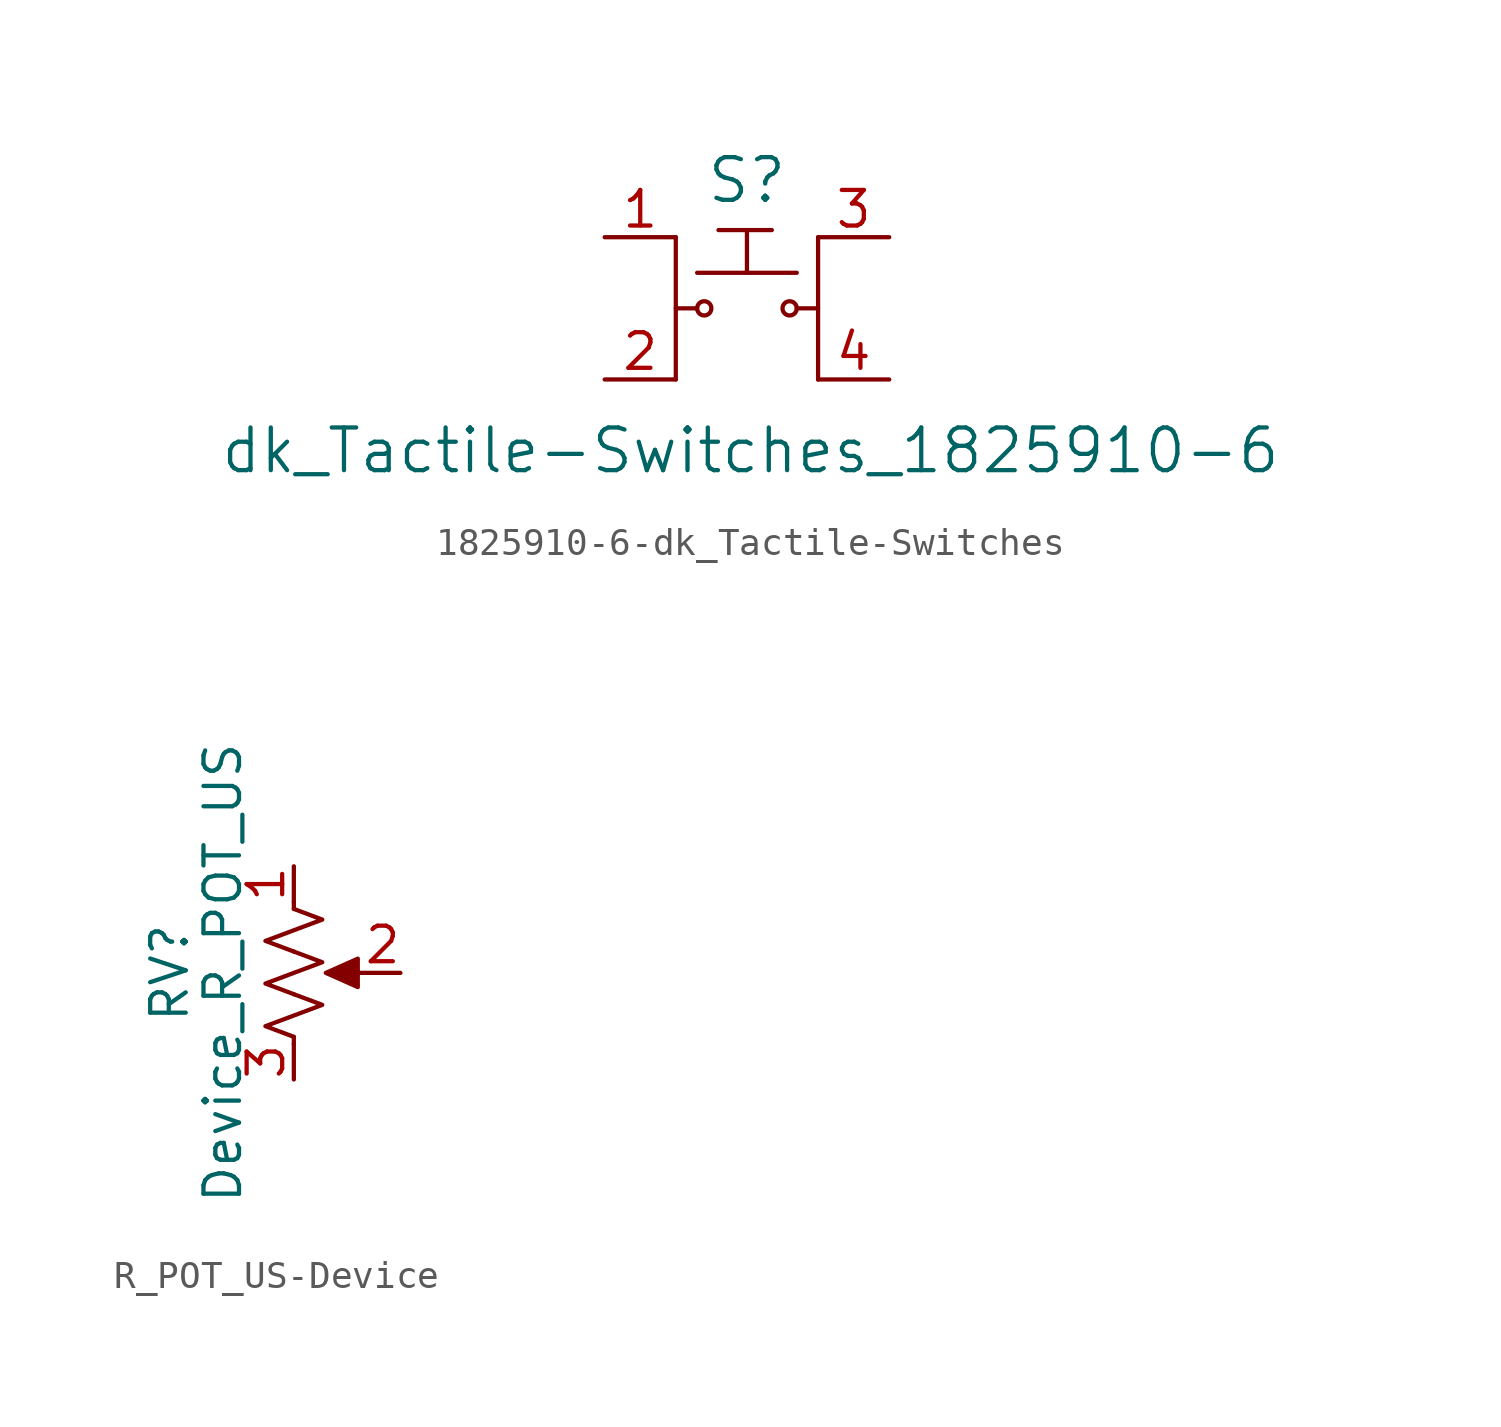
<source format=kicad_sym>
(kicad_symbol_lib
  (version 20241209)
  (generator "kicad_symbol_editor")
  (generator_version "9.0")
  (symbol "1825910-6-dk_Tactile-Switches"
    (pin_names
      (offset 1.016))
    (property "Reference" "S"
      (at 0 4.572 0)
      (effects (font (size 1.524 1.524))))
    (property "Value" "dk_Tactile-Switches_1825910-6"
      (at 0.127 -5.08 0)
      (effects (font (size 1.524 1.524))))
    (symbol "1825910-6-dk_Tactile-Switches_0_1"
      (polyline (pts (xy -2.54 2.54) (xy -2.54 -2.54)) (stroke (width 0) (type solid)) (fill (type none)))
      (polyline (pts (xy -1.778 1.27) (xy 1.778 1.27)) (stroke (width 0) (type solid)) (fill (type none)))
      (polyline (pts (xy -1.778 0) (xy -2.54 0)) (stroke (width 0) (type solid)) (fill (type none)))
      (circle (center -1.524 0) (radius 0.254) (stroke (width 0) (type solid)) (fill (type none)))
      (circle (center 1.524 0) (radius 0.254) (stroke (width 0) (type solid)) (fill (type none)))
      (polyline (pts (xy 2.54 0) (xy 1.778 0)) (stroke (width 0) (type solid)) (fill (type none)))
      (polyline (pts (xy 2.54 -2.54) (xy 2.54 2.54)) (stroke (width 0) (type solid)) (fill (type none))))
    (symbol "1825910-6-dk_Tactile-Switches_1_1"
      (polyline (pts (xy -1.016 2.794) (xy 0.889 2.794)) (stroke (width 0) (type solid)) (fill (type none)))
      (polyline (pts (xy 0 2.794) (xy 0 1.27)) (stroke (width 0) (type solid)) (fill (type none)))
      (pin passive line (at -5.08 2.54 0) (length 2.54) (name "~" (effects (font (size 1.27 1.27)))) (number "1" (effects (font (size 1.27 1.27)))))
      (pin passive line (at -5.08 -2.54 0) (length 2.54) (name "~" (effects (font (size 1.27 1.27)))) (number "2" (effects (font (size 1.27 1.27)))))
      (pin passive line (at 5.08 2.54 180) (length 2.54) (name "~" (effects (font (size 1.27 1.27)))) (number "3" (effects (font (size 1.27 1.27)))))
      (pin passive line (at 5.08 -2.54 180) (length 2.54) (name "~" (effects (font (size 1.27 1.27)))) (number "4" (effects (font (size 1.27 1.27)))))))
  (symbol "R_POT_US-Device"
    (pin_names
      (offset 1.016)
      (hide yes))
    (property "Reference" "RV"
      (at -4.445 0 90)
      (effects (font (size 1.27 1.27))))
    (property "Value" "Device_R_POT_US"
      (at -2.54 0 90)
      (effects (font (size 1.27 1.27))))
    (symbol "R_POT_US-Device_0_1"
      (polyline (pts (xy 0 2.54) (xy 0 2.286)) (stroke (width 0) (type solid)) (fill (type none)))
      (polyline (pts (xy 0 2.286) (xy 1.016 1.905) (xy 0 1.524) (xy -1.016 1.143) (xy 0 0.762)) (stroke (width 0) (type solid)) (fill (type none)))
      (polyline (pts (xy 0 0.762) (xy 1.016 0.381) (xy 0 0) (xy -1.016 -0.381) (xy 0 -0.762)) (stroke (width 0) (type solid)) (fill (type none)))
      (polyline (pts (xy 0 -0.762) (xy 1.016 -1.143) (xy 0 -1.524) (xy -1.016 -1.905) (xy 0 -2.286)) (stroke (width 0) (type solid)) (fill (type none)))
      (polyline (pts (xy 0 -2.286) (xy 0 -2.54)) (stroke (width 0) (type solid)) (fill (type none)))
      (polyline (pts (xy 1.143 0) (xy 2.286 0.508) (xy 2.286 -0.508) (xy 1.143 0)) (stroke (width 0) (type solid)) (fill (type outline)))
      (polyline (pts (xy 2.54 0) (xy 1.524 0)) (stroke (width 0) (type solid)) (fill (type none))))
    (symbol "R_POT_US-Device_1_1"
      (pin passive line (at 0 3.81 270) (length 1.27) (name "1" (effects (font (size 1.27 1.27)))) (number "1" (effects (font (size 1.27 1.27)))))
      (pin passive line (at 0 -3.81 90) (length 1.27) (name "3" (effects (font (size 1.27 1.27)))) (number "3" (effects (font (size 1.27 1.27)))))
      (pin passive line (at 3.81 0 180) (length 1.27) (name "2" (effects (font (size 1.27 1.27)))) (number "2" (effects (font (size 1.27 1.27))))))))
</source>
